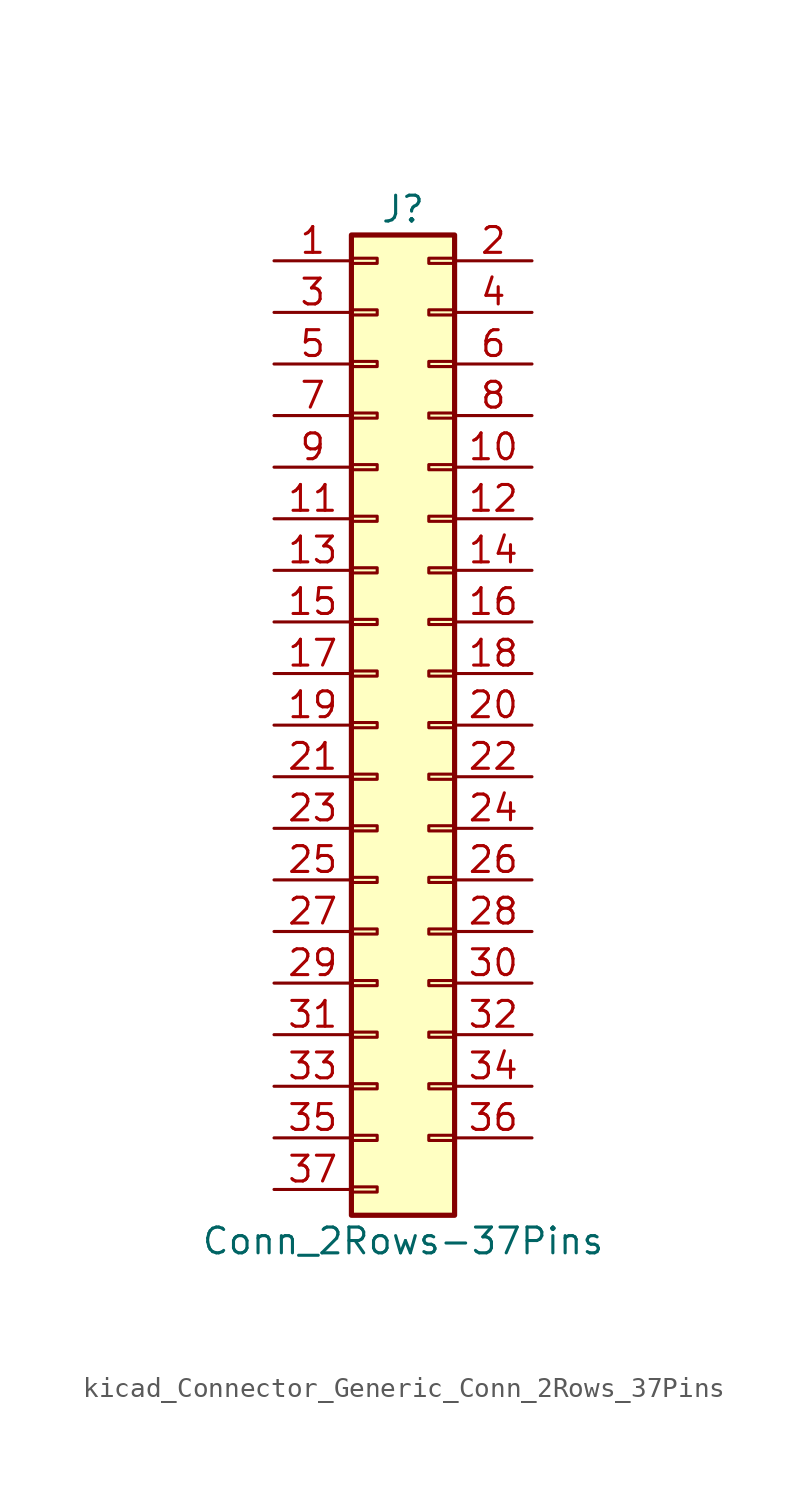
<source format=kicad_sym>
(kicad_symbol_lib
  (version 20220914)
  (generator kicad_symbol_editor)
  (symbol "kicad_Connector_Generic_Conn_2Rows_37Pins"
    (pin_names
      (offset 1.016) hide)
    (property "Reference" "J"
      (at 1.27 25.4 0)
      (effects (font (size 1.27 1.27))))
    (property "Value" "Conn_2Rows-37Pins"
      (at 1.27 -25.4 0)
      (effects (font (size 1.27 1.27))))
    (symbol "kicad_Connector_Generic_Conn_2Rows_37Pins_1_1"
      (rectangle (start -1.27 -22.733) (end 0 -22.987) (stroke (width 0.152) (type default)) (fill (type none)))
      (rectangle (start -1.27 -20.193) (end 0 -20.447) (stroke (width 0.152) (type default)) (fill (type none)))
      (rectangle (start -1.27 -17.653) (end 0 -17.907) (stroke (width 0.152) (type default)) (fill (type none)))
      (rectangle (start -1.27 -15.113) (end 0 -15.367) (stroke (width 0.152) (type default)) (fill (type none)))
      (rectangle (start -1.27 -12.573) (end 0 -12.827) (stroke (width 0.152) (type default)) (fill (type none)))
      (rectangle (start -1.27 -10.033) (end 0 -10.287) (stroke (width 0.152) (type default)) (fill (type none)))
      (rectangle (start -1.27 -7.493) (end 0 -7.747) (stroke (width 0.152) (type default)) (fill (type none)))
      (rectangle (start -1.27 -4.953) (end 0 -5.207) (stroke (width 0.152) (type default)) (fill (type none)))
      (rectangle (start -1.27 -2.413) (end 0 -2.667) (stroke (width 0.152) (type default)) (fill (type none)))
      (rectangle (start -1.27 0.127) (end 0 -0.127) (stroke (width 0.152) (type default)) (fill (type none)))
      (rectangle (start -1.27 2.667) (end 0 2.413) (stroke (width 0.152) (type default)) (fill (type none)))
      (rectangle (start -1.27 5.207) (end 0 4.953) (stroke (width 0.152) (type default)) (fill (type none)))
      (rectangle (start -1.27 7.747) (end 0 7.493) (stroke (width 0.152) (type default)) (fill (type none)))
      (rectangle (start -1.27 10.287) (end 0 10.033) (stroke (width 0.152) (type default)) (fill (type none)))
      (rectangle (start -1.27 12.827) (end 0 12.573) (stroke (width 0.152) (type default)) (fill (type none)))
      (rectangle (start -1.27 15.367) (end 0 15.113) (stroke (width 0.152) (type default)) (fill (type none)))
      (rectangle (start -1.27 17.907) (end 0 17.653) (stroke (width 0.152) (type default)) (fill (type none)))
      (rectangle (start -1.27 20.447) (end 0 20.193) (stroke (width 0.152) (type default)) (fill (type none)))
      (rectangle (start -1.27 22.987) (end 0 22.733) (stroke (width 0.152) (type default)) (fill (type none)))
      (rectangle (start -1.27 24.13) (end 3.81 -24.13) (stroke (width 0.254) (type default)) (fill (type background)))
      (rectangle (start 3.81 -20.193) (end 2.54 -20.447) (stroke (width 0.152) (type default)) (fill (type none)))
      (rectangle (start 3.81 -17.653) (end 2.54 -17.907) (stroke (width 0.152) (type default)) (fill (type none)))
      (rectangle (start 3.81 -15.113) (end 2.54 -15.367) (stroke (width 0.152) (type default)) (fill (type none)))
      (rectangle (start 3.81 -12.573) (end 2.54 -12.827) (stroke (width 0.152) (type default)) (fill (type none)))
      (rectangle (start 3.81 -10.033) (end 2.54 -10.287) (stroke (width 0.152) (type default)) (fill (type none)))
      (rectangle (start 3.81 -7.493) (end 2.54 -7.747) (stroke (width 0.152) (type default)) (fill (type none)))
      (rectangle (start 3.81 -4.953) (end 2.54 -5.207) (stroke (width 0.152) (type default)) (fill (type none)))
      (rectangle (start 3.81 -2.413) (end 2.54 -2.667) (stroke (width 0.152) (type default)) (fill (type none)))
      (rectangle (start 3.81 0.127) (end 2.54 -0.127) (stroke (width 0.152) (type default)) (fill (type none)))
      (rectangle (start 3.81 2.667) (end 2.54 2.413) (stroke (width 0.152) (type default)) (fill (type none)))
      (rectangle (start 3.81 5.207) (end 2.54 4.953) (stroke (width 0.152) (type default)) (fill (type none)))
      (rectangle (start 3.81 7.747) (end 2.54 7.493) (stroke (width 0.152) (type default)) (fill (type none)))
      (rectangle (start 3.81 10.287) (end 2.54 10.033) (stroke (width 0.152) (type default)) (fill (type none)))
      (rectangle (start 3.81 12.827) (end 2.54 12.573) (stroke (width 0.152) (type default)) (fill (type none)))
      (rectangle (start 3.81 15.367) (end 2.54 15.113) (stroke (width 0.152) (type default)) (fill (type none)))
      (rectangle (start 3.81 17.907) (end 2.54 17.653) (stroke (width 0.152) (type default)) (fill (type none)))
      (rectangle (start 3.81 20.447) (end 2.54 20.193) (stroke (width 0.152) (type default)) (fill (type none)))
      (rectangle (start 3.81 22.987) (end 2.54 22.733) (stroke (width 0.152) (type default)) (fill (type none)))
      (pin passive line (at -5.08 22.86 0) (length 3.81) (name "Pin_1" (effects (font (size 1.27 1.27)))) (number "1" (effects (font (size 1.27 1.27)))))
      (pin passive line (at 7.62 12.7 180) (length 3.81) (name "Pin_10" (effects (font (size 1.27 1.27)))) (number "10" (effects (font (size 1.27 1.27)))))
      (pin passive line (at -5.08 10.16 0) (length 3.81) (name "Pin_11" (effects (font (size 1.27 1.27)))) (number "11" (effects (font (size 1.27 1.27)))))
      (pin passive line (at 7.62 10.16 180) (length 3.81) (name "Pin_12" (effects (font (size 1.27 1.27)))) (number "12" (effects (font (size 1.27 1.27)))))
      (pin passive line (at -5.08 7.62 0) (length 3.81) (name "Pin_13" (effects (font (size 1.27 1.27)))) (number "13" (effects (font (size 1.27 1.27)))))
      (pin passive line (at 7.62 7.62 180) (length 3.81) (name "Pin_14" (effects (font (size 1.27 1.27)))) (number "14" (effects (font (size 1.27 1.27)))))
      (pin passive line (at -5.08 5.08 0) (length 3.81) (name "Pin_15" (effects (font (size 1.27 1.27)))) (number "15" (effects (font (size 1.27 1.27)))))
      (pin passive line (at 7.62 5.08 180) (length 3.81) (name "Pin_16" (effects (font (size 1.27 1.27)))) (number "16" (effects (font (size 1.27 1.27)))))
      (pin passive line (at -5.08 2.54 0) (length 3.81) (name "Pin_17" (effects (font (size 1.27 1.27)))) (number "17" (effects (font (size 1.27 1.27)))))
      (pin passive line (at 7.62 2.54 180) (length 3.81) (name "Pin_18" (effects (font (size 1.27 1.27)))) (number "18" (effects (font (size 1.27 1.27)))))
      (pin passive line (at -5.08 0 0) (length 3.81) (name "Pin_19" (effects (font (size 1.27 1.27)))) (number "19" (effects (font (size 1.27 1.27)))))
      (pin passive line (at 7.62 22.86 180) (length 3.81) (name "Pin_2" (effects (font (size 1.27 1.27)))) (number "2" (effects (font (size 1.27 1.27)))))
      (pin passive line (at 7.62 0 180) (length 3.81) (name "Pin_20" (effects (font (size 1.27 1.27)))) (number "20" (effects (font (size 1.27 1.27)))))
      (pin passive line (at -5.08 -2.54 0) (length 3.81) (name "Pin_21" (effects (font (size 1.27 1.27)))) (number "21" (effects (font (size 1.27 1.27)))))
      (pin passive line (at 7.62 -2.54 180) (length 3.81) (name "Pin_22" (effects (font (size 1.27 1.27)))) (number "22" (effects (font (size 1.27 1.27)))))
      (pin passive line (at -5.08 -5.08 0) (length 3.81) (name "Pin_23" (effects (font (size 1.27 1.27)))) (number "23" (effects (font (size 1.27 1.27)))))
      (pin passive line (at 7.62 -5.08 180) (length 3.81) (name "Pin_24" (effects (font (size 1.27 1.27)))) (number "24" (effects (font (size 1.27 1.27)))))
      (pin passive line (at -5.08 -7.62 0) (length 3.81) (name "Pin_25" (effects (font (size 1.27 1.27)))) (number "25" (effects (font (size 1.27 1.27)))))
      (pin passive line (at 7.62 -7.62 180) (length 3.81) (name "Pin_26" (effects (font (size 1.27 1.27)))) (number "26" (effects (font (size 1.27 1.27)))))
      (pin passive line (at -5.08 -10.16 0) (length 3.81) (name "Pin_27" (effects (font (size 1.27 1.27)))) (number "27" (effects (font (size 1.27 1.27)))))
      (pin passive line (at 7.62 -10.16 180) (length 3.81) (name "Pin_28" (effects (font (size 1.27 1.27)))) (number "28" (effects (font (size 1.27 1.27)))))
      (pin passive line (at -5.08 -12.7 0) (length 3.81) (name "Pin_29" (effects (font (size 1.27 1.27)))) (number "29" (effects (font (size 1.27 1.27)))))
      (pin passive line (at -5.08 20.32 0) (length 3.81) (name "Pin_3" (effects (font (size 1.27 1.27)))) (number "3" (effects (font (size 1.27 1.27)))))
      (pin passive line (at 7.62 -12.7 180) (length 3.81) (name "Pin_30" (effects (font (size 1.27 1.27)))) (number "30" (effects (font (size 1.27 1.27)))))
      (pin passive line (at -5.08 -15.24 0) (length 3.81) (name "Pin_31" (effects (font (size 1.27 1.27)))) (number "31" (effects (font (size 1.27 1.27)))))
      (pin passive line (at 7.62 -15.24 180) (length 3.81) (name "Pin_32" (effects (font (size 1.27 1.27)))) (number "32" (effects (font (size 1.27 1.27)))))
      (pin passive line (at -5.08 -17.78 0) (length 3.81) (name "Pin_33" (effects (font (size 1.27 1.27)))) (number "33" (effects (font (size 1.27 1.27)))))
      (pin passive line (at 7.62 -17.78 180) (length 3.81) (name "Pin_34" (effects (font (size 1.27 1.27)))) (number "34" (effects (font (size 1.27 1.27)))))
      (pin passive line (at -5.08 -20.32 0) (length 3.81) (name "Pin_35" (effects (font (size 1.27 1.27)))) (number "35" (effects (font (size 1.27 1.27)))))
      (pin passive line (at 7.62 -20.32 180) (length 3.81) (name "Pin_36" (effects (font (size 1.27 1.27)))) (number "36" (effects (font (size 1.27 1.27)))))
      (pin passive line (at -5.08 -22.86 0) (length 3.81) (name "Pin_37" (effects (font (size 1.27 1.27)))) (number "37" (effects (font (size 1.27 1.27)))))
      (pin passive line (at 7.62 20.32 180) (length 3.81) (name "Pin_4" (effects (font (size 1.27 1.27)))) (number "4" (effects (font (size 1.27 1.27)))))
      (pin passive line (at -5.08 17.78 0) (length 3.81) (name "Pin_5" (effects (font (size 1.27 1.27)))) (number "5" (effects (font (size 1.27 1.27)))))
      (pin passive line (at 7.62 17.78 180) (length 3.81) (name "Pin_6" (effects (font (size 1.27 1.27)))) (number "6" (effects (font (size 1.27 1.27)))))
      (pin passive line (at -5.08 15.24 0) (length 3.81) (name "Pin_7" (effects (font (size 1.27 1.27)))) (number "7" (effects (font (size 1.27 1.27)))))
      (pin passive line (at 7.62 15.24 180) (length 3.81) (name "Pin_8" (effects (font (size 1.27 1.27)))) (number "8" (effects (font (size 1.27 1.27)))))
      (pin passive line (at -5.08 12.7 0) (length 3.81) (name "Pin_9" (effects (font (size 1.27 1.27)))) (number "9" (effects (font (size 1.27 1.27))))))))
</source>
